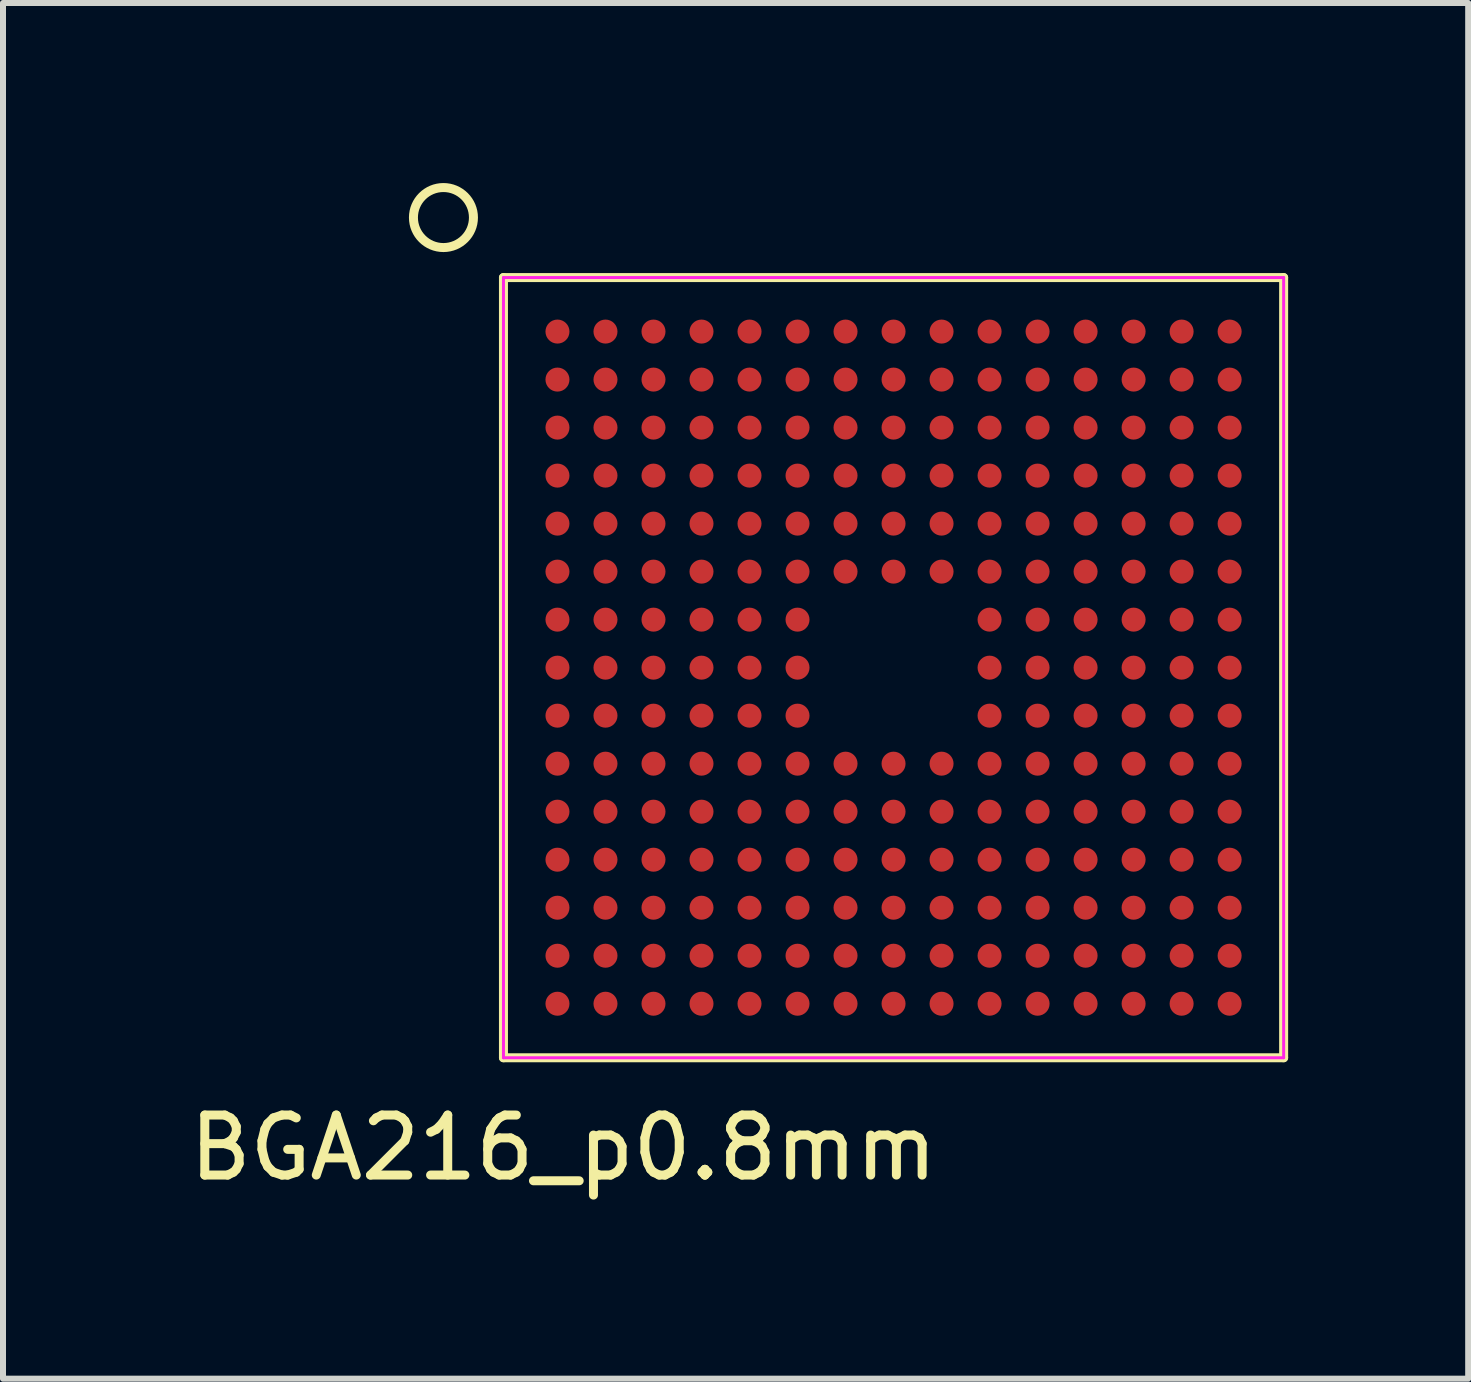
<source format=kicad_pcb>
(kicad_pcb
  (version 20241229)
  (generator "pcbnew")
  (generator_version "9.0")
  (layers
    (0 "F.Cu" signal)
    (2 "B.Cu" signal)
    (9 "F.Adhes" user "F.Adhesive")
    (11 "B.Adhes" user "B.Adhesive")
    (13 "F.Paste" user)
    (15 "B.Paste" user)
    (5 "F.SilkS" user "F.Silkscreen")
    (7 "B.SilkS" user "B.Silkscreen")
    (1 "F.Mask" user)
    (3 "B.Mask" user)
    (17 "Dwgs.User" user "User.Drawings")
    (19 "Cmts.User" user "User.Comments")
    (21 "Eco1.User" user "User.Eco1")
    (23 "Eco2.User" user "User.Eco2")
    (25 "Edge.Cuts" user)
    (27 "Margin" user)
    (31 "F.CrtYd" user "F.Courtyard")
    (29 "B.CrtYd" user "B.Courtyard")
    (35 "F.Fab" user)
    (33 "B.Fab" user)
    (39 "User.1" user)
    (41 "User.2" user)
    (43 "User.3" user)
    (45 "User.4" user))
  (footprint "BGA216_p0.8mm"
    (layer "F.Cu")
    (at 11.839 8.075)
    (property "Reference" "BGA216_p0.8mm" (at -5.5 8 0) (layer "F.SilkS") (effects (font (size 1 1) (thickness 0.15))))
    (attr smd)
    (fp_line (start -6.5 -6.5) (end -6.5 6.5) (stroke (width 0.15) (type solid)) (layer "F.SilkS"))
    (fp_line (start -6.5 6.5) (end 6.5 6.5) (stroke (width 0.15) (type solid)) (layer "F.SilkS"))
    (fp_line (start 6.5 -6.5) (end -6.5 -6.5) (stroke (width 0.15) (type solid)) (layer "F.SilkS"))
    (fp_line (start 6.5 6.5) (end 6.5 -6.5) (stroke (width 0.15) (type solid)) (layer "F.SilkS"))
    (fp_circle (center -7.5 -7.5) (end -7.5 -8) (stroke (width 0.15) (type solid)) (fill no) (layer "F.SilkS"))
    (fp_line (start -6.5 -6.5) (end -6.5 6.5) (stroke (width 0.05) (type solid)) (layer "F.CrtYd"))
    (fp_line (start -6.5 6.5) (end 6.5 6.5) (stroke (width 0.05) (type solid)) (layer "F.CrtYd"))
    (fp_line (start 6.5 -6.5) (end -6.5 -6.5) (stroke (width 0.05) (type solid)) (layer "F.CrtYd"))
    (fp_line (start 6.5 6.5) (end 6.5 -6.5) (stroke (width 0.05) (type solid)) (layer "F.CrtYd"))
    (pad "A1" smd circle (at -5.6 -5.6) (size 0.4 0.4) (layers "F.Cu" "F.Mask" "F.Paste"))
    (pad "A2" smd circle (at -4.8 -5.6) (size 0.4 0.4) (layers "F.Cu" "F.Mask" "F.Paste"))
    (pad "A3" smd circle (at -4 -5.6) (size 0.4 0.4) (layers "F.Cu" "F.Mask" "F.Paste"))
    (pad "A4" smd circle (at -3.2 -5.6) (size 0.4 0.4) (layers "F.Cu" "F.Mask" "F.Paste"))
    (pad "A5" smd circle (at -2.4 -5.6) (size 0.4 0.4) (layers "F.Cu" "F.Mask" "F.Paste"))
    (pad "A6" smd circle (at -1.6 -5.6) (size 0.4 0.4) (layers "F.Cu" "F.Mask" "F.Paste"))
    (pad "A7" smd circle (at -0.8 -5.6) (size 0.4 0.4) (layers "F.Cu" "F.Mask" "F.Paste"))
    (pad "A8" smd circle (at 0 -5.6) (size 0.4 0.4) (layers "F.Cu" "F.Mask" "F.Paste"))
    (pad "A9" smd circle (at 0.8 -5.6) (size 0.4 0.4) (layers "F.Cu" "F.Mask" "F.Paste"))
    (pad "A10" smd circle (at 1.6 -5.6) (size 0.4 0.4) (layers "F.Cu" "F.Mask" "F.Paste"))
    (pad "A11" smd circle (at 2.4 -5.6) (size 0.4 0.4) (layers "F.Cu" "F.Mask" "F.Paste"))
    (pad "A12" smd circle (at 3.2 -5.6) (size 0.4 0.4) (layers "F.Cu" "F.Mask" "F.Paste"))
    (pad "A13" smd circle (at 4 -5.6) (size 0.4 0.4) (layers "F.Cu" "F.Mask" "F.Paste"))
    (pad "A14" smd circle (at 4.8 -5.6) (size 0.4 0.4) (layers "F.Cu" "F.Mask" "F.Paste"))
    (pad "A15" smd circle (at 5.6 -5.6) (size 0.4 0.4) (layers "F.Cu" "F.Mask" "F.Paste"))
    (pad "B1" smd circle (at -5.6 -4.8) (size 0.4 0.4) (layers "F.Cu" "F.Mask" "F.Paste"))
    (pad "B2" smd circle (at -4.8 -4.8) (size 0.4 0.4) (layers "F.Cu" "F.Mask" "F.Paste"))
    (pad "B3" smd circle (at -4 -4.8) (size 0.4 0.4) (layers "F.Cu" "F.Mask" "F.Paste"))
    (pad "B4" smd circle (at -3.2 -4.8) (size 0.4 0.4) (layers "F.Cu" "F.Mask" "F.Paste"))
    (pad "B5" smd circle (at -2.4 -4.8) (size 0.4 0.4) (layers "F.Cu" "F.Mask" "F.Paste"))
    (pad "B6" smd circle (at -1.6 -4.8) (size 0.4 0.4) (layers "F.Cu" "F.Mask" "F.Paste"))
    (pad "B7" smd circle (at -0.8 -4.8) (size 0.4 0.4) (layers "F.Cu" "F.Mask" "F.Paste"))
    (pad "B8" smd circle (at 0 -4.8) (size 0.4 0.4) (layers "F.Cu" "F.Mask" "F.Paste"))
    (pad "B9" smd circle (at 0.8 -4.8) (size 0.4 0.4) (layers "F.Cu" "F.Mask" "F.Paste"))
    (pad "B10" smd circle (at 1.6 -4.8) (size 0.4 0.4) (layers "F.Cu" "F.Mask" "F.Paste"))
    (pad "B11" smd circle (at 2.4 -4.8) (size 0.4 0.4) (layers "F.Cu" "F.Mask" "F.Paste"))
    (pad "B12" smd circle (at 3.2 -4.8) (size 0.4 0.4) (layers "F.Cu" "F.Mask" "F.Paste"))
    (pad "B13" smd circle (at 4 -4.8) (size 0.4 0.4) (layers "F.Cu" "F.Mask" "F.Paste"))
    (pad "B14" smd circle (at 4.8 -4.8) (size 0.4 0.4) (layers "F.Cu" "F.Mask" "F.Paste"))
    (pad "B15" smd circle (at 5.6 -4.8) (size 0.4 0.4) (layers "F.Cu" "F.Mask" "F.Paste"))
    (pad "C1" smd circle (at -5.6 -4) (size 0.4 0.4) (layers "F.Cu" "F.Mask" "F.Paste"))
    (pad "C2" smd circle (at -4.8 -4) (size 0.4 0.4) (layers "F.Cu" "F.Mask" "F.Paste"))
    (pad "C3" smd circle (at -4 -4) (size 0.4 0.4) (layers "F.Cu" "F.Mask" "F.Paste"))
    (pad "C4" smd circle (at -3.2 -4) (size 0.4 0.4) (layers "F.Cu" "F.Mask" "F.Paste"))
    (pad "C5" smd circle (at -2.4 -4) (size 0.4 0.4) (layers "F.Cu" "F.Mask" "F.Paste"))
    (pad "C6" smd circle (at -1.6 -4) (size 0.4 0.4) (layers "F.Cu" "F.Mask" "F.Paste"))
    (pad "C7" smd circle (at -0.8 -4) (size 0.4 0.4) (layers "F.Cu" "F.Mask" "F.Paste"))
    (pad "C8" smd circle (at 0 -4) (size 0.4 0.4) (layers "F.Cu" "F.Mask" "F.Paste"))
    (pad "C9" smd circle (at 0.8 -4) (size 0.4 0.4) (layers "F.Cu" "F.Mask" "F.Paste"))
    (pad "C10" smd circle (at 1.6 -4) (size 0.4 0.4) (layers "F.Cu" "F.Mask" "F.Paste"))
    (pad "C11" smd circle (at 2.4 -4) (size 0.4 0.4) (layers "F.Cu" "F.Mask" "F.Paste"))
    (pad "C12" smd circle (at 3.2 -4) (size 0.4 0.4) (layers "F.Cu" "F.Mask" "F.Paste"))
    (pad "C13" smd circle (at 4 -4) (size 0.4 0.4) (layers "F.Cu" "F.Mask" "F.Paste"))
    (pad "C14" smd circle (at 4.8 -4) (size 0.4 0.4) (layers "F.Cu" "F.Mask" "F.Paste"))
    (pad "C15" smd circle (at 5.6 -4) (size 0.4 0.4) (layers "F.Cu" "F.Mask" "F.Paste"))
    (pad "D1" smd circle (at -5.6 -3.2) (size 0.4 0.4) (layers "F.Cu" "F.Mask" "F.Paste"))
    (pad "D2" smd circle (at -4.8 -3.2) (size 0.4 0.4) (layers "F.Cu" "F.Mask" "F.Paste"))
    (pad "D3" smd circle (at -4 -3.2) (size 0.4 0.4) (layers "F.Cu" "F.Mask" "F.Paste"))
    (pad "D4" smd circle (at -3.2 -3.2) (size 0.4 0.4) (layers "F.Cu" "F.Mask" "F.Paste"))
    (pad "D5" smd circle (at -2.4 -3.2) (size 0.4 0.4) (layers "F.Cu" "F.Mask" "F.Paste"))
    (pad "D6" smd circle (at -1.6 -3.2) (size 0.4 0.4) (layers "F.Cu" "F.Mask" "F.Paste"))
    (pad "D7" smd circle (at -0.8 -3.2) (size 0.4 0.4) (layers "F.Cu" "F.Mask" "F.Paste"))
    (pad "D8" smd circle (at 0 -3.2) (size 0.4 0.4) (layers "F.Cu" "F.Mask" "F.Paste"))
    (pad "D9" smd circle (at 0.8 -3.2) (size 0.4 0.4) (layers "F.Cu" "F.Mask" "F.Paste"))
    (pad "D10" smd circle (at 1.6 -3.2) (size 0.4 0.4) (layers "F.Cu" "F.Mask" "F.Paste"))
    (pad "D11" smd circle (at 2.4 -3.2) (size 0.4 0.4) (layers "F.Cu" "F.Mask" "F.Paste"))
    (pad "D12" smd circle (at 3.2 -3.2) (size 0.4 0.4) (layers "F.Cu" "F.Mask" "F.Paste"))
    (pad "D13" smd circle (at 4 -3.2) (size 0.4 0.4) (layers "F.Cu" "F.Mask" "F.Paste"))
    (pad "D14" smd circle (at 4.8 -3.2) (size 0.4 0.4) (layers "F.Cu" "F.Mask" "F.Paste"))
    (pad "D15" smd circle (at 5.6 -3.2) (size 0.4 0.4) (layers "F.Cu" "F.Mask" "F.Paste"))
    (pad "E1" smd circle (at -5.6 -2.4) (size 0.4 0.4) (layers "F.Cu" "F.Mask" "F.Paste"))
    (pad "E2" smd circle (at -4.8 -2.4) (size 0.4 0.4) (layers "F.Cu" "F.Mask" "F.Paste"))
    (pad "E3" smd circle (at -4 -2.4) (size 0.4 0.4) (layers "F.Cu" "F.Mask" "F.Paste"))
    (pad "E4" smd circle (at -3.2 -2.4) (size 0.4 0.4) (layers "F.Cu" "F.Mask" "F.Paste"))
    (pad "E5" smd circle (at -2.4 -2.4) (size 0.4 0.4) (layers "F.Cu" "F.Mask" "F.Paste"))
    (pad "E6" smd circle (at -1.6 -2.4) (size 0.4 0.4) (layers "F.Cu" "F.Mask" "F.Paste"))
    (pad "E7" smd circle (at -0.8 -2.4) (size 0.4 0.4) (layers "F.Cu" "F.Mask" "F.Paste"))
    (pad "E8" smd circle (at 0 -2.4) (size 0.4 0.4) (layers "F.Cu" "F.Mask" "F.Paste"))
    (pad "E9" smd circle (at 0.8 -2.4) (size 0.4 0.4) (layers "F.Cu" "F.Mask" "F.Paste"))
    (pad "E10" smd circle (at 1.6 -2.4) (size 0.4 0.4) (layers "F.Cu" "F.Mask" "F.Paste"))
    (pad "E11" smd circle (at 2.4 -2.4) (size 0.4 0.4) (layers "F.Cu" "F.Mask" "F.Paste"))
    (pad "E12" smd circle (at 3.2 -2.4) (size 0.4 0.4) (layers "F.Cu" "F.Mask" "F.Paste"))
    (pad "E13" smd circle (at 4 -2.4) (size 0.4 0.4) (layers "F.Cu" "F.Mask" "F.Paste"))
    (pad "E14" smd circle (at 4.8 -2.4) (size 0.4 0.4) (layers "F.Cu" "F.Mask" "F.Paste"))
    (pad "E15" smd circle (at 5.6 -2.4) (size 0.4 0.4) (layers "F.Cu" "F.Mask" "F.Paste"))
    (pad "F1" smd circle (at -5.6 -1.6) (size 0.4 0.4) (layers "F.Cu" "F.Mask" "F.Paste"))
    (pad "F2" smd circle (at -4.8 -1.6) (size 0.4 0.4) (layers "F.Cu" "F.Mask" "F.Paste"))
    (pad "F3" smd circle (at -4 -1.6) (size 0.4 0.4) (layers "F.Cu" "F.Mask" "F.Paste"))
    (pad "F4" smd circle (at -3.2 -1.6) (size 0.4 0.4) (layers "F.Cu" "F.Mask" "F.Paste"))
    (pad "F5" smd circle (at -2.4 -1.6) (size 0.4 0.4) (layers "F.Cu" "F.Mask" "F.Paste"))
    (pad "F6" smd circle (at -1.6 -1.6) (size 0.4 0.4) (layers "F.Cu" "F.Mask" "F.Paste"))
    (pad "F7" smd circle (at -0.8 -1.6) (size 0.4 0.4) (layers "F.Cu" "F.Mask" "F.Paste"))
    (pad "F8" smd circle (at 0 -1.6) (size 0.4 0.4) (layers "F.Cu" "F.Mask" "F.Paste"))
    (pad "F9" smd circle (at 0.8 -1.6) (size 0.4 0.4) (layers "F.Cu" "F.Mask" "F.Paste"))
    (pad "F10" smd circle (at 1.6 -1.6) (size 0.4 0.4) (layers "F.Cu" "F.Mask" "F.Paste"))
    (pad "F11" smd circle (at 2.4 -1.6) (size 0.4 0.4) (layers "F.Cu" "F.Mask" "F.Paste"))
    (pad "F12" smd circle (at 3.2 -1.6) (size 0.4 0.4) (layers "F.Cu" "F.Mask" "F.Paste"))
    (pad "F13" smd circle (at 4 -1.6) (size 0.4 0.4) (layers "F.Cu" "F.Mask" "F.Paste"))
    (pad "F14" smd circle (at 4.8 -1.6) (size 0.4 0.4) (layers "F.Cu" "F.Mask" "F.Paste"))
    (pad "F15" smd circle (at 5.6 -1.6) (size 0.4 0.4) (layers "F.Cu" "F.Mask" "F.Paste"))
    (pad "G1" smd circle (at -5.6 -0.8) (size 0.4 0.4) (layers "F.Cu" "F.Mask" "F.Paste"))
    (pad "G2" smd circle (at -4.8 -0.8) (size 0.4 0.4) (layers "F.Cu" "F.Mask" "F.Paste"))
    (pad "G3" smd circle (at -4 -0.8) (size 0.4 0.4) (layers "F.Cu" "F.Mask" "F.Paste"))
    (pad "G4" smd circle (at -3.2 -0.8) (size 0.4 0.4) (layers "F.Cu" "F.Mask" "F.Paste"))
    (pad "G5" smd circle (at -2.4 -0.8) (size 0.4 0.4) (layers "F.Cu" "F.Mask" "F.Paste"))
    (pad "G6" smd circle (at -1.6 -0.8) (size 0.4 0.4) (layers "F.Cu" "F.Mask" "F.Paste"))
    (pad "G10" smd circle (at 1.6 -0.8) (size 0.4 0.4) (layers "F.Cu" "F.Mask" "F.Paste"))
    (pad "G11" smd circle (at 2.4 -0.8) (size 0.4 0.4) (layers "F.Cu" "F.Mask" "F.Paste"))
    (pad "G12" smd circle (at 3.2 -0.8) (size 0.4 0.4) (layers "F.Cu" "F.Mask" "F.Paste"))
    (pad "G13" smd circle (at 4 -0.8) (size 0.4 0.4) (layers "F.Cu" "F.Mask" "F.Paste"))
    (pad "G14" smd circle (at 4.8 -0.8) (size 0.4 0.4) (layers "F.Cu" "F.Mask" "F.Paste"))
    (pad "G15" smd circle (at 5.6 -0.8) (size 0.4 0.4) (layers "F.Cu" "F.Mask" "F.Paste"))
    (pad "H1" smd circle (at -5.6 0) (size 0.4 0.4) (layers "F.Cu" "F.Mask" "F.Paste"))
    (pad "H2" smd circle (at -4.8 0) (size 0.4 0.4) (layers "F.Cu" "F.Mask" "F.Paste"))
    (pad "H3" smd circle (at -4 0) (size 0.4 0.4) (layers "F.Cu" "F.Mask" "F.Paste"))
    (pad "H4" smd circle (at -3.2 0) (size 0.4 0.4) (layers "F.Cu" "F.Mask" "F.Paste"))
    (pad "H5" smd circle (at -2.4 0) (size 0.4 0.4) (layers "F.Cu" "F.Mask" "F.Paste"))
    (pad "H6" smd circle (at -1.6 0) (size 0.4 0.4) (layers "F.Cu" "F.Mask" "F.Paste"))
    (pad "H10" smd circle (at 1.6 0) (size 0.4 0.4) (layers "F.Cu" "F.Mask" "F.Paste"))
    (pad "H11" smd circle (at 2.4 0) (size 0.4 0.4) (layers "F.Cu" "F.Mask" "F.Paste"))
    (pad "H12" smd circle (at 3.2 0) (size 0.4 0.4) (layers "F.Cu" "F.Mask" "F.Paste"))
    (pad "H13" smd circle (at 4 0) (size 0.4 0.4) (layers "F.Cu" "F.Mask" "F.Paste"))
    (pad "H14" smd circle (at 4.8 0) (size 0.4 0.4) (layers "F.Cu" "F.Mask" "F.Paste"))
    (pad "H15" smd circle (at 5.6 0) (size 0.4 0.4) (layers "F.Cu" "F.Mask" "F.Paste"))
    (pad "J1" smd circle (at -5.6 0.8) (size 0.4 0.4) (layers "F.Cu" "F.Mask" "F.Paste"))
    (pad "J2" smd circle (at -4.8 0.8) (size 0.4 0.4) (layers "F.Cu" "F.Mask" "F.Paste"))
    (pad "J3" smd circle (at -4 0.8) (size 0.4 0.4) (layers "F.Cu" "F.Mask" "F.Paste"))
    (pad "J4" smd circle (at -3.2 0.8) (size 0.4 0.4) (layers "F.Cu" "F.Mask" "F.Paste"))
    (pad "J5" smd circle (at -2.4 0.8) (size 0.4 0.4) (layers "F.Cu" "F.Mask" "F.Paste"))
    (pad "J6" smd circle (at -1.6 0.8) (size 0.4 0.4) (layers "F.Cu" "F.Mask" "F.Paste"))
    (pad "J10" smd circle (at 1.6 0.8) (size 0.4 0.4) (layers "F.Cu" "F.Mask" "F.Paste"))
    (pad "J11" smd circle (at 2.4 0.8) (size 0.4 0.4) (layers "F.Cu" "F.Mask" "F.Paste"))
    (pad "J12" smd circle (at 3.2 0.8) (size 0.4 0.4) (layers "F.Cu" "F.Mask" "F.Paste"))
    (pad "J13" smd circle (at 4 0.8) (size 0.4 0.4) (layers "F.Cu" "F.Mask" "F.Paste"))
    (pad "J14" smd circle (at 4.8 0.8) (size 0.4 0.4) (layers "F.Cu" "F.Mask" "F.Paste"))
    (pad "J15" smd circle (at 5.6 0.8) (size 0.4 0.4) (layers "F.Cu" "F.Mask" "F.Paste"))
    (pad "K1" smd circle (at -5.6 1.6) (size 0.4 0.4) (layers "F.Cu" "F.Mask" "F.Paste"))
    (pad "K2" smd circle (at -4.8 1.6) (size 0.4 0.4) (layers "F.Cu" "F.Mask" "F.Paste"))
    (pad "K3" smd circle (at -4 1.6) (size 0.4 0.4) (layers "F.Cu" "F.Mask" "F.Paste"))
    (pad "K4" smd circle (at -3.2 1.6) (size 0.4 0.4) (layers "F.Cu" "F.Mask" "F.Paste"))
    (pad "K5" smd circle (at -2.4 1.6) (size 0.4 0.4) (layers "F.Cu" "F.Mask" "F.Paste"))
    (pad "K6" smd circle (at -1.6 1.6) (size 0.4 0.4) (layers "F.Cu" "F.Mask" "F.Paste"))
    (pad "K7" smd circle (at -0.8 1.6) (size 0.4 0.4) (layers "F.Cu" "F.Mask" "F.Paste"))
    (pad "K8" smd circle (at 0 1.6) (size 0.4 0.4) (layers "F.Cu" "F.Mask" "F.Paste"))
    (pad "K9" smd circle (at 0.8 1.6) (size 0.4 0.4) (layers "F.Cu" "F.Mask" "F.Paste"))
    (pad "K10" smd circle (at 1.6 1.6) (size 0.4 0.4) (layers "F.Cu" "F.Mask" "F.Paste"))
    (pad "K11" smd circle (at 2.4 1.6) (size 0.4 0.4) (layers "F.Cu" "F.Mask" "F.Paste"))
    (pad "K12" smd circle (at 3.2 1.6) (size 0.4 0.4) (layers "F.Cu" "F.Mask" "F.Paste"))
    (pad "K13" smd circle (at 4 1.6) (size 0.4 0.4) (layers "F.Cu" "F.Mask" "F.Paste"))
    (pad "K14" smd circle (at 4.8 1.6) (size 0.4 0.4) (layers "F.Cu" "F.Mask" "F.Paste"))
    (pad "K15" smd circle (at 5.6 1.6) (size 0.4 0.4) (layers "F.Cu" "F.Mask" "F.Paste"))
    (pad "L1" smd circle (at -5.6 2.4) (size 0.4 0.4) (layers "F.Cu" "F.Mask" "F.Paste"))
    (pad "L2" smd circle (at -4.8 2.4) (size 0.4 0.4) (layers "F.Cu" "F.Mask" "F.Paste"))
    (pad "L3" smd circle (at -4 2.4) (size 0.4 0.4) (layers "F.Cu" "F.Mask" "F.Paste"))
    (pad "L4" smd circle (at -3.2 2.4) (size 0.4 0.4) (layers "F.Cu" "F.Mask" "F.Paste"))
    (pad "L5" smd circle (at -2.4 2.4) (size 0.4 0.4) (layers "F.Cu" "F.Mask" "F.Paste"))
    (pad "L6" smd circle (at -1.6 2.4) (size 0.4 0.4) (layers "F.Cu" "F.Mask" "F.Paste"))
    (pad "L7" smd circle (at -0.8 2.4) (size 0.4 0.4) (layers "F.Cu" "F.Mask" "F.Paste"))
    (pad "L8" smd circle (at 0 2.4) (size 0.4 0.4) (layers "F.Cu" "F.Mask" "F.Paste"))
    (pad "L9" smd circle (at 0.8 2.4) (size 0.4 0.4) (layers "F.Cu" "F.Mask" "F.Paste"))
    (pad "L10" smd circle (at 1.6 2.4) (size 0.4 0.4) (layers "F.Cu" "F.Mask" "F.Paste"))
    (pad "L11" smd circle (at 2.4 2.4) (size 0.4 0.4) (layers "F.Cu" "F.Mask" "F.Paste"))
    (pad "L12" smd circle (at 3.2 2.4) (size 0.4 0.4) (layers "F.Cu" "F.Mask" "F.Paste"))
    (pad "L13" smd circle (at 4 2.4) (size 0.4 0.4) (layers "F.Cu" "F.Mask" "F.Paste"))
    (pad "L14" smd circle (at 4.8 2.4) (size 0.4 0.4) (layers "F.Cu" "F.Mask" "F.Paste"))
    (pad "L15" smd circle (at 5.6 2.4) (size 0.4 0.4) (layers "F.Cu" "F.Mask" "F.Paste"))
    (pad "M1" smd circle (at -5.6 3.2) (size 0.4 0.4) (layers "F.Cu" "F.Mask" "F.Paste"))
    (pad "M2" smd circle (at -4.8 3.2) (size 0.4 0.4) (layers "F.Cu" "F.Mask" "F.Paste"))
    (pad "M3" smd circle (at -4 3.2) (size 0.4 0.4) (layers "F.Cu" "F.Mask" "F.Paste"))
    (pad "M4" smd circle (at -3.2 3.2) (size 0.4 0.4) (layers "F.Cu" "F.Mask" "F.Paste"))
    (pad "M5" smd circle (at -2.4 3.2) (size 0.4 0.4) (layers "F.Cu" "F.Mask" "F.Paste"))
    (pad "M6" smd circle (at -1.6 3.2) (size 0.4 0.4) (layers "F.Cu" "F.Mask" "F.Paste"))
    (pad "M7" smd circle (at -0.8 3.2) (size 0.4 0.4) (layers "F.Cu" "F.Mask" "F.Paste"))
    (pad "M8" smd circle (at 0 3.2) (size 0.4 0.4) (layers "F.Cu" "F.Mask" "F.Paste"))
    (pad "M9" smd circle (at 0.8 3.2) (size 0.4 0.4) (layers "F.Cu" "F.Mask" "F.Paste"))
    (pad "M10" smd circle (at 1.6 3.2) (size 0.4 0.4) (layers "F.Cu" "F.Mask" "F.Paste"))
    (pad "M11" smd circle (at 2.4 3.2) (size 0.4 0.4) (layers "F.Cu" "F.Mask" "F.Paste"))
    (pad "M12" smd circle (at 3.2 3.2) (size 0.4 0.4) (layers "F.Cu" "F.Mask" "F.Paste"))
    (pad "M13" smd circle (at 4 3.2) (size 0.4 0.4) (layers "F.Cu" "F.Mask" "F.Paste"))
    (pad "M14" smd circle (at 4.8 3.2) (size 0.4 0.4) (layers "F.Cu" "F.Mask" "F.Paste"))
    (pad "M15" smd circle (at 5.6 3.2) (size 0.4 0.4) (layers "F.Cu" "F.Mask" "F.Paste"))
    (pad "N1" smd circle (at -5.6 4) (size 0.4 0.4) (layers "F.Cu" "F.Mask" "F.Paste"))
    (pad "N2" smd circle (at -4.8 4) (size 0.4 0.4) (layers "F.Cu" "F.Mask" "F.Paste"))
    (pad "N3" smd circle (at -4 4) (size 0.4 0.4) (layers "F.Cu" "F.Mask" "F.Paste"))
    (pad "N4" smd circle (at -3.2 4) (size 0.4 0.4) (layers "F.Cu" "F.Mask" "F.Paste"))
    (pad "N5" smd circle (at -2.4 4) (size 0.4 0.4) (layers "F.Cu" "F.Mask" "F.Paste"))
    (pad "N6" smd circle (at -1.6 4) (size 0.4 0.4) (layers "F.Cu" "F.Mask" "F.Paste"))
    (pad "N7" smd circle (at -0.8 4) (size 0.4 0.4) (layers "F.Cu" "F.Mask" "F.Paste"))
    (pad "N8" smd circle (at 0 4) (size 0.4 0.4) (layers "F.Cu" "F.Mask" "F.Paste"))
    (pad "N9" smd circle (at 0.8 4) (size 0.4 0.4) (layers "F.Cu" "F.Mask" "F.Paste"))
    (pad "N10" smd circle (at 1.6 4) (size 0.4 0.4) (layers "F.Cu" "F.Mask" "F.Paste"))
    (pad "N11" smd circle (at 2.4 4) (size 0.4 0.4) (layers "F.Cu" "F.Mask" "F.Paste"))
    (pad "N12" smd circle (at 3.2 4) (size 0.4 0.4) (layers "F.Cu" "F.Mask" "F.Paste"))
    (pad "N13" smd circle (at 4 4) (size 0.4 0.4) (layers "F.Cu" "F.Mask" "F.Paste"))
    (pad "N14" smd circle (at 4.8 4) (size 0.4 0.4) (layers "F.Cu" "F.Mask" "F.Paste"))
    (pad "N15" smd circle (at 5.6 4) (size 0.4 0.4) (layers "F.Cu" "F.Mask" "F.Paste"))
    (pad "P1" smd circle (at -5.6 4.8) (size 0.4 0.4) (layers "F.Cu" "F.Mask" "F.Paste"))
    (pad "P2" smd circle (at -4.8 4.8) (size 0.4 0.4) (layers "F.Cu" "F.Mask" "F.Paste"))
    (pad "P3" smd circle (at -4 4.8) (size 0.4 0.4) (layers "F.Cu" "F.Mask" "F.Paste"))
    (pad "P4" smd circle (at -3.2 4.8) (size 0.4 0.4) (layers "F.Cu" "F.Mask" "F.Paste"))
    (pad "P5" smd circle (at -2.4 4.8) (size 0.4 0.4) (layers "F.Cu" "F.Mask" "F.Paste"))
    (pad "P6" smd circle (at -1.6 4.8) (size 0.4 0.4) (layers "F.Cu" "F.Mask" "F.Paste"))
    (pad "P7" smd circle (at -0.8 4.8) (size 0.4 0.4) (layers "F.Cu" "F.Mask" "F.Paste"))
    (pad "P8" smd circle (at 0 4.8) (size 0.4 0.4) (layers "F.Cu" "F.Mask" "F.Paste"))
    (pad "P9" smd circle (at 0.8 4.8) (size 0.4 0.4) (layers "F.Cu" "F.Mask" "F.Paste"))
    (pad "P10" smd circle (at 1.6 4.8) (size 0.4 0.4) (layers "F.Cu" "F.Mask" "F.Paste"))
    (pad "P11" smd circle (at 2.4 4.8) (size 0.4 0.4) (layers "F.Cu" "F.Mask" "F.Paste"))
    (pad "P12" smd circle (at 3.2 4.8) (size 0.4 0.4) (layers "F.Cu" "F.Mask" "F.Paste"))
    (pad "P13" smd circle (at 4 4.8) (size 0.4 0.4) (layers "F.Cu" "F.Mask" "F.Paste"))
    (pad "P14" smd circle (at 4.8 4.8) (size 0.4 0.4) (layers "F.Cu" "F.Mask" "F.Paste"))
    (pad "P15" smd circle (at 5.6 4.8) (size 0.4 0.4) (layers "F.Cu" "F.Mask" "F.Paste"))
    (pad "R1" smd circle (at -5.6 5.6) (size 0.4 0.4) (layers "F.Cu" "F.Mask" "F.Paste"))
    (pad "R2" smd circle (at -4.8 5.6) (size 0.4 0.4) (layers "F.Cu" "F.Mask" "F.Paste"))
    (pad "R3" smd circle (at -4 5.6) (size 0.4 0.4) (layers "F.Cu" "F.Mask" "F.Paste"))
    (pad "R4" smd circle (at -3.2 5.6) (size 0.4 0.4) (layers "F.Cu" "F.Mask" "F.Paste"))
    (pad "R5" smd circle (at -2.4 5.6) (size 0.4 0.4) (layers "F.Cu" "F.Mask" "F.Paste"))
    (pad "R6" smd circle (at -1.6 5.6) (size 0.4 0.4) (layers "F.Cu" "F.Mask" "F.Paste"))
    (pad "R7" smd circle (at -0.8 5.6) (size 0.4 0.4) (layers "F.Cu" "F.Mask" "F.Paste"))
    (pad "R8" smd circle (at 0 5.6) (size 0.4 0.4) (layers "F.Cu" "F.Mask" "F.Paste"))
    (pad "R9" smd circle (at 0.8 5.6) (size 0.4 0.4) (layers "F.Cu" "F.Mask" "F.Paste"))
    (pad "R10" smd circle (at 1.6 5.6) (size 0.4 0.4) (layers "F.Cu" "F.Mask" "F.Paste"))
    (pad "R11" smd circle (at 2.4 5.6) (size 0.4 0.4) (layers "F.Cu" "F.Mask" "F.Paste"))
    (pad "R12" smd circle (at 3.2 5.6) (size 0.4 0.4) (layers "F.Cu" "F.Mask" "F.Paste"))
    (pad "R13" smd circle (at 4 5.6) (size 0.4 0.4) (layers "F.Cu" "F.Mask" "F.Paste"))
    (pad "R14" smd circle (at 4.8 5.6) (size 0.4 0.4) (layers "F.Cu" "F.Mask" "F.Paste"))
    (pad "R15" smd circle (at 5.6 5.6) (size 0.4 0.4) (layers "F.Cu" "F.Mask" "F.Paste")))
  (gr_rect
    (start -3 -3)
    (end 21.414 19.923)
    (stroke (width 0.1) (type default))
    (fill no)
    (layer "Edge.Cuts")))
</source>
